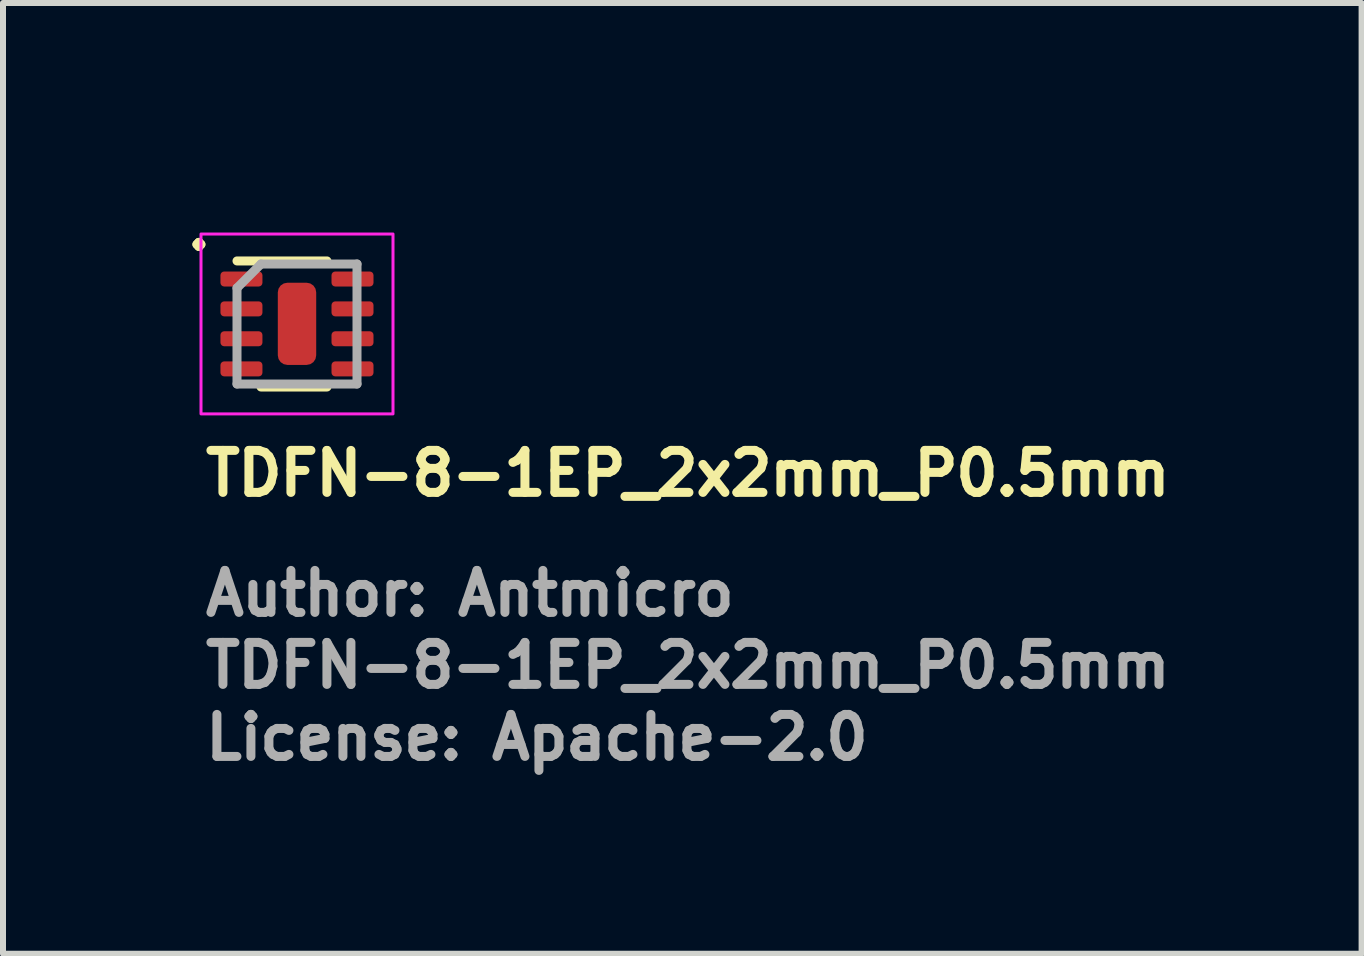
<source format=kicad_pcb>
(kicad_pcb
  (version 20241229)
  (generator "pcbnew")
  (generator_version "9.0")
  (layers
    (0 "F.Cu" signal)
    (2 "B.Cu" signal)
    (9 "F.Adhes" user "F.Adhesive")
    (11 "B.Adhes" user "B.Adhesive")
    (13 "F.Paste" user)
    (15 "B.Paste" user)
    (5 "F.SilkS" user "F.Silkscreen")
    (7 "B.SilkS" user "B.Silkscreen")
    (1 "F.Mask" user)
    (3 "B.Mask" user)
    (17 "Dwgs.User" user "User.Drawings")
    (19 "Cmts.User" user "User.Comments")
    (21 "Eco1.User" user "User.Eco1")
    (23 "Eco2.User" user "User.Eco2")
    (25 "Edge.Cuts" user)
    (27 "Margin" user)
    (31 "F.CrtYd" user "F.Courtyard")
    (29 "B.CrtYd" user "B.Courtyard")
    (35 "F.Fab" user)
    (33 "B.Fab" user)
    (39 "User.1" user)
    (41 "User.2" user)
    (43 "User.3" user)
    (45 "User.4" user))
  (footprint "TDFN-8-1EP_2x2mm_P0.5mm"
    (layer "F.Cu")
    (at 1.9 2.35)
    (property "Reference" "TDFN-8-1EP_2x2mm_P0.5mm" (at -1.6 2.9 0) (layer "F.SilkS") (effects (font (size 0.7 0.7) (thickness 0.15)) (justify left bottom)))
    (attr smd)
    (fp_line (start -0.6 1.05) (end 0.499 1.05) (stroke (width 0.15) (type solid)) (layer "F.SilkS"))
    (fp_line (start 0.499 -1.051) (end -1 -1.051) (stroke (width 0.15) (type solid)) (layer "F.SilkS"))
    (fp_rect (start -1.6 -1.5) (end 1.6 1.498) (stroke (width 0.05) (type solid)) (fill no) (layer "F.CrtYd"))
    (fp_line (start -1 -0.6) (end -0.6 -1) (stroke (width 0.15) (type solid)) (layer "F.Fab"))
    (fp_line (start -1 1) (end -1 -0.6) (stroke (width 0.15) (type solid)) (layer "F.Fab"))
    (fp_line (start -0.6 -1) (end 1 -1) (stroke (width 0.15) (type solid)) (layer "F.Fab"))
    (fp_line (start 1 -1) (end 1 1) (stroke (width 0.15) (type solid)) (layer "F.Fab"))
    (fp_line (start 1 1) (end -1 1) (stroke (width 0.15) (type solid)) (layer "F.Fab"))
    (fp_rect (start -1.025 -1) (end 1.024 0.998) (stroke (width 0.1) (type solid)) (fill no) (layer "User.5"))
    (fp_line (start -1.025 -0.875) (end -1 -0.875) (stroke (width 0.02) (type solid)) (layer "User.9"))
    (fp_line (start -1.025 -0.625) (end -1.025 -0.875) (stroke (width 0.02) (type solid)) (layer "User.9"))
    (fp_line (start -1.025 -0.375) (end -1 -0.375) (stroke (width 0.02) (type solid)) (layer "User.9"))
    (fp_line (start -1.025 -0.125) (end -1.025 -0.375) (stroke (width 0.02) (type solid)) (layer "User.9"))
    (fp_line (start -1.025 0.123) (end -1 0.123) (stroke (width 0.02) (type solid)) (layer "User.9"))
    (fp_line (start -1.025 0.373) (end -1.025 0.123) (stroke (width 0.02) (type solid)) (layer "User.9"))
    (fp_line (start -1.025 0.623) (end -1 0.623) (stroke (width 0.02) (type solid)) (layer "User.9"))
    (fp_line (start -1.025 0.873) (end -1.025 0.623) (stroke (width 0.02) (type solid)) (layer "User.9"))
    (fp_line (start -1 -1) (end -1 0.998) (stroke (width 0.02) (type solid)) (layer "User.9"))
    (fp_line (start -1 -0.625) (end -1.025 -0.625) (stroke (width 0.02) (type solid)) (layer "User.9"))
    (fp_line (start -1 -0.125) (end -1.025 -0.125) (stroke (width 0.02) (type solid)) (layer "User.9"))
    (fp_line (start -1 0.373) (end -1.025 0.373) (stroke (width 0.02) (type solid)) (layer "User.9"))
    (fp_line (start -1 0.873) (end -1.025 0.873) (stroke (width 0.02) (type solid)) (layer "User.9"))
    (fp_line (start -1 0.998) (end 0.998 0.998) (stroke (width 0.02) (type solid)) (layer "User.9"))
    (fp_line (start 0.575 0.736) (end 0.575 0.74) (stroke (width 0.02) (type solid)) (layer "User.9"))
    (fp_line (start 0.575 0.74) (end 0.575 0.744) (stroke (width 0.02) (type solid)) (layer "User.9"))
    (fp_line (start 0.575 0.74) (end 0.576 0.732) (stroke (width 0.02) (type solid)) (layer "User.9"))
    (fp_line (start 0.575 0.744) (end 0.575 0.748) (stroke (width 0.02) (type solid)) (layer "User.9"))
    (fp_line (start 0.575 0.748) (end 0.575 0.74) (stroke (width 0.02) (type solid)) (layer "User.9"))
    (fp_line (start 0.575 0.748) (end 0.575 0.757) (stroke (width 0.02) (type solid)) (layer "User.9"))
    (fp_line (start 0.575 0.753) (end 0.575 0.748) (stroke (width 0.02) (type solid)) (layer "User.9"))
    (fp_line (start 0.575 0.757) (end 0.575 0.753) (stroke (width 0.02) (type solid)) (layer "User.9"))
    (fp_line (start 0.575 0.757) (end 0.576 0.765) (stroke (width 0.02) (type solid)) (layer "User.9"))
    (fp_line (start 0.575 0.761) (end 0.575 0.757) (stroke (width 0.02) (type solid)) (layer "User.9"))
    (fp_line (start 0.576 0.724) (end 0.576 0.728) (stroke (width 0.02) (type solid)) (layer "User.9"))
    (fp_line (start 0.576 0.724) (end 0.578 0.716) (stroke (width 0.02) (type solid)) (layer "User.9"))
    (fp_line (start 0.576 0.728) (end 0.576 0.732) (stroke (width 0.02) (type solid)) (layer "User.9"))
    (fp_line (start 0.576 0.732) (end 0.575 0.736) (stroke (width 0.02) (type solid)) (layer "User.9"))
    (fp_line (start 0.576 0.732) (end 0.576 0.724) (stroke (width 0.02) (type solid)) (layer "User.9"))
    (fp_line (start 0.576 0.765) (end 0.575 0.761) (stroke (width 0.02) (type solid)) (layer "User.9"))
    (fp_line (start 0.576 0.765) (end 0.576 0.774) (stroke (width 0.02) (type solid)) (layer "User.9"))
    (fp_line (start 0.576 0.77) (end 0.576 0.765) (stroke (width 0.02) (type solid)) (layer "User.9"))
    (fp_line (start 0.576 0.774) (end 0.576 0.77) (stroke (width 0.02) (type solid)) (layer "User.9"))
    (fp_line (start 0.576 0.774) (end 0.578 0.782) (stroke (width 0.02) (type solid)) (layer "User.9"))
    (fp_line (start 0.577 0.72) (end 0.576 0.724) (stroke (width 0.02) (type solid)) (layer "User.9"))
    (fp_line (start 0.577 0.778) (end 0.576 0.774) (stroke (width 0.02) (type solid)) (layer "User.9"))
    (fp_line (start 0.578 0.716) (end 0.577 0.72) (stroke (width 0.02) (type solid)) (layer "User.9"))
    (fp_line (start 0.578 0.716) (end 0.58 0.708) (stroke (width 0.02) (type solid)) (layer "User.9"))
    (fp_line (start 0.578 0.782) (end 0.577 0.778) (stroke (width 0.02) (type solid)) (layer "User.9"))
    (fp_line (start 0.578 0.782) (end 0.58 0.79) (stroke (width 0.02) (type solid)) (layer "User.9"))
    (fp_line (start 0.579 0.712) (end 0.578 0.716) (stroke (width 0.02) (type solid)) (layer "User.9"))
    (fp_line (start 0.579 0.786) (end 0.578 0.782) (stroke (width 0.02) (type solid)) (layer "User.9"))
    (fp_line (start 0.58 0.708) (end 0.579 0.712) (stroke (width 0.02) (type solid)) (layer "User.9"))
    (fp_line (start 0.58 0.708) (end 0.583 0.702) (stroke (width 0.02) (type solid)) (layer "User.9"))
    (fp_line (start 0.58 0.79) (end 0.579 0.786) (stroke (width 0.02) (type solid)) (layer "User.9"))
    (fp_line (start 0.58 0.79) (end 0.583 0.797) (stroke (width 0.02) (type solid)) (layer "User.9"))
    (fp_line (start 0.582 0.704) (end 0.58 0.708) (stroke (width 0.02) (type solid)) (layer "User.9"))
    (fp_line (start 0.582 0.794) (end 0.58 0.79) (stroke (width 0.02) (type solid)) (layer "User.9"))
    (fp_line (start 0.583 0.702) (end 0.582 0.704) (stroke (width 0.02) (type solid)) (layer "User.9"))
    (fp_line (start 0.583 0.702) (end 0.586 0.694) (stroke (width 0.02) (type solid)) (layer "User.9"))
    (fp_line (start 0.583 0.797) (end 0.582 0.794) (stroke (width 0.02) (type solid)) (layer "User.9"))
    (fp_line (start 0.583 0.797) (end 0.586 0.805) (stroke (width 0.02) (type solid)) (layer "User.9"))
    (fp_line (start 0.585 0.698) (end 0.583 0.702) (stroke (width 0.02) (type solid)) (layer "User.9"))
    (fp_line (start 0.585 0.801) (end 0.583 0.797) (stroke (width 0.02) (type solid)) (layer "User.9"))
    (fp_line (start 0.586 0.694) (end 0.585 0.698) (stroke (width 0.02) (type solid)) (layer "User.9"))
    (fp_line (start 0.586 0.694) (end 0.59 0.687) (stroke (width 0.02) (type solid)) (layer "User.9"))
    (fp_line (start 0.586 0.805) (end 0.585 0.801) (stroke (width 0.02) (type solid)) (layer "User.9"))
    (fp_line (start 0.586 0.805) (end 0.59 0.812) (stroke (width 0.02) (type solid)) (layer "User.9"))
    (fp_line (start 0.588 0.691) (end 0.586 0.694) (stroke (width 0.02) (type solid)) (layer "User.9"))
    (fp_line (start 0.588 0.808) (end 0.586 0.805) (stroke (width 0.02) (type solid)) (layer "User.9"))
    (fp_line (start 0.59 0.687) (end 0.588 0.691) (stroke (width 0.02) (type solid)) (layer "User.9"))
    (fp_line (start 0.59 0.687) (end 0.595 0.68) (stroke (width 0.02) (type solid)) (layer "User.9"))
    (fp_line (start 0.59 0.812) (end 0.588 0.808) (stroke (width 0.02) (type solid)) (layer "User.9"))
    (fp_line (start 0.59 0.812) (end 0.595 0.819) (stroke (width 0.02) (type solid)) (layer "User.9"))
    (fp_line (start 0.592 0.684) (end 0.59 0.687) (stroke (width 0.02) (type solid)) (layer "User.9"))
    (fp_line (start 0.592 0.815) (end 0.59 0.812) (stroke (width 0.02) (type solid)) (layer "User.9"))
    (fp_line (start 0.595 0.68) (end 0.592 0.684) (stroke (width 0.02) (type solid)) (layer "User.9"))
    (fp_line (start 0.595 0.68) (end 0.599 0.674) (stroke (width 0.02) (type solid)) (layer "User.9"))
    (fp_line (start 0.595 0.819) (end 0.592 0.815) (stroke (width 0.02) (type solid)) (layer "User.9"))
    (fp_line (start 0.595 0.819) (end 0.599 0.825) (stroke (width 0.02) (type solid)) (layer "User.9"))
    (fp_line (start 0.597 0.677) (end 0.595 0.68) (stroke (width 0.02) (type solid)) (layer "User.9"))
    (fp_line (start 0.597 0.822) (end 0.595 0.819) (stroke (width 0.02) (type solid)) (layer "User.9"))
    (fp_line (start 0.599 0.674) (end 0.597 0.677) (stroke (width 0.02) (type solid)) (layer "User.9"))
    (fp_line (start 0.599 0.674) (end 0.604 0.667) (stroke (width 0.02) (type solid)) (layer "User.9"))
    (fp_line (start 0.599 0.825) (end 0.597 0.822) (stroke (width 0.02) (type solid)) (layer "User.9"))
    (fp_line (start 0.599 0.825) (end 0.604 0.832) (stroke (width 0.02) (type solid)) (layer "User.9"))
    (fp_line (start 0.602 0.67) (end 0.599 0.674) (stroke (width 0.02) (type solid)) (layer "User.9"))
    (fp_line (start 0.602 0.829) (end 0.599 0.825) (stroke (width 0.02) (type solid)) (layer "User.9"))
    (fp_line (start 0.604 0.667) (end 0.602 0.67) (stroke (width 0.02) (type solid)) (layer "User.9"))
    (fp_line (start 0.604 0.667) (end 0.61 0.661) (stroke (width 0.02) (type solid)) (layer "User.9"))
    (fp_line (start 0.604 0.832) (end 0.602 0.829) (stroke (width 0.02) (type solid)) (layer "User.9"))
    (fp_line (start 0.604 0.832) (end 0.61 0.837) (stroke (width 0.02) (type solid)) (layer "User.9"))
    (fp_line (start 0.607 0.664) (end 0.604 0.667) (stroke (width 0.02) (type solid)) (layer "User.9"))
    (fp_line (start 0.607 0.834) (end 0.604 0.832) (stroke (width 0.02) (type solid)) (layer "User.9"))
    (fp_line (start 0.61 0.661) (end 0.607 0.664) (stroke (width 0.02) (type solid)) (layer "User.9"))
    (fp_line (start 0.61 0.661) (end 0.616 0.656) (stroke (width 0.02) (type solid)) (layer "User.9"))
    (fp_line (start 0.61 0.837) (end 0.607 0.834) (stroke (width 0.02) (type solid)) (layer "User.9"))
    (fp_line (start 0.61 0.837) (end 0.616 0.842) (stroke (width 0.02) (type solid)) (layer "User.9"))
    (fp_line (start 0.613 0.658) (end 0.61 0.661) (stroke (width 0.02) (type solid)) (layer "User.9"))
    (fp_line (start 0.613 0.84) (end 0.61 0.837) (stroke (width 0.02) (type solid)) (layer "User.9"))
    (fp_line (start 0.616 0.656) (end 0.613 0.658) (stroke (width 0.02) (type solid)) (layer "User.9"))
    (fp_line (start 0.616 0.656) (end 0.622 0.65) (stroke (width 0.02) (type solid)) (layer "User.9"))
    (fp_line (start 0.616 0.842) (end 0.613 0.84) (stroke (width 0.02) (type solid)) (layer "User.9"))
    (fp_line (start 0.616 0.842) (end 0.622 0.848) (stroke (width 0.02) (type solid)) (layer "User.9"))
    (fp_line (start 0.619 0.653) (end 0.616 0.656) (stroke (width 0.02) (type solid)) (layer "User.9"))
    (fp_line (start 0.619 0.845) (end 0.616 0.842) (stroke (width 0.02) (type solid)) (layer "User.9"))
    (fp_line (start 0.622 0.65) (end 0.619 0.653) (stroke (width 0.02) (type solid)) (layer "User.9"))
    (fp_line (start 0.622 0.65) (end 0.629 0.646) (stroke (width 0.02) (type solid)) (layer "User.9"))
    (fp_line (start 0.622 0.848) (end 0.619 0.845) (stroke (width 0.02) (type solid)) (layer "User.9"))
    (fp_line (start 0.622 0.848) (end 0.629 0.852) (stroke (width 0.02) (type solid)) (layer "User.9"))
    (fp_line (start 0.626 0.648) (end 0.622 0.65) (stroke (width 0.02) (type solid)) (layer "User.9"))
    (fp_line (start 0.626 0.85) (end 0.622 0.848) (stroke (width 0.02) (type solid)) (layer "User.9"))
    (fp_line (start 0.629 0.646) (end 0.626 0.648) (stroke (width 0.02) (type solid)) (layer "User.9"))
    (fp_line (start 0.629 0.646) (end 0.636 0.641) (stroke (width 0.02) (type solid)) (layer "User.9"))
    (fp_line (start 0.629 0.852) (end 0.626 0.85) (stroke (width 0.02) (type solid)) (layer "User.9"))
    (fp_line (start 0.629 0.852) (end 0.636 0.857) (stroke (width 0.02) (type solid)) (layer "User.9"))
    (fp_line (start 0.632 0.643) (end 0.629 0.646) (stroke (width 0.02) (type solid)) (layer "User.9"))
    (fp_line (start 0.632 0.855) (end 0.629 0.852) (stroke (width 0.02) (type solid)) (layer "User.9"))
    (fp_line (start 0.636 0.641) (end 0.632 0.643) (stroke (width 0.02) (type solid)) (layer "User.9"))
    (fp_line (start 0.636 0.641) (end 0.636 0.641) (stroke (width 0.02) (type solid)) (layer "User.9"))
    (fp_line (start 0.636 0.641) (end 0.636 0.641) (stroke (width 0.02) (type solid)) (layer "User.9"))
    (fp_line (start 0.636 0.641) (end 0.644 0.636) (stroke (width 0.02) (type solid)) (layer "User.9"))
    (fp_line (start 0.636 0.857) (end 0.632 0.855) (stroke (width 0.02) (type solid)) (layer "User.9"))
    (fp_line (start 0.636 0.857) (end 0.636 0.857) (stroke (width 0.02) (type solid)) (layer "User.9"))
    (fp_line (start 0.636 0.857) (end 0.636 0.857) (stroke (width 0.02) (type solid)) (layer "User.9"))
    (fp_line (start 0.636 0.857) (end 0.644 0.861) (stroke (width 0.02) (type solid)) (layer "User.9"))
    (fp_line (start 0.644 0.636) (end 0.636 0.641) (stroke (width 0.02) (type solid)) (layer "User.9"))
    (fp_line (start 0.644 0.636) (end 0.652 0.633) (stroke (width 0.02) (type solid)) (layer "User.9"))
    (fp_line (start 0.644 0.861) (end 0.636 0.857) (stroke (width 0.02) (type solid)) (layer "User.9"))
    (fp_line (start 0.644 0.861) (end 0.652 0.864) (stroke (width 0.02) (type solid)) (layer "User.9"))
    (fp_line (start 0.652 0.633) (end 0.644 0.636) (stroke (width 0.02) (type solid)) (layer "User.9"))
    (fp_line (start 0.652 0.633) (end 0.66 0.63) (stroke (width 0.02) (type solid)) (layer "User.9"))
    (fp_line (start 0.652 0.864) (end 0.644 0.861) (stroke (width 0.02) (type solid)) (layer "User.9"))
    (fp_line (start 0.652 0.864) (end 0.66 0.867) (stroke (width 0.02) (type solid)) (layer "User.9"))
    (fp_line (start 0.66 0.63) (end 0.652 0.633) (stroke (width 0.02) (type solid)) (layer "User.9"))
    (fp_line (start 0.66 0.63) (end 0.667 0.628) (stroke (width 0.02) (type solid)) (layer "User.9"))
    (fp_line (start 0.66 0.867) (end 0.652 0.864) (stroke (width 0.02) (type solid)) (layer "User.9"))
    (fp_line (start 0.66 0.867) (end 0.667 0.869) (stroke (width 0.02) (type solid)) (layer "User.9"))
    (fp_line (start 0.667 0.628) (end 0.66 0.63) (stroke (width 0.02) (type solid)) (layer "User.9"))
    (fp_line (start 0.667 0.628) (end 0.675 0.626) (stroke (width 0.02) (type solid)) (layer "User.9"))
    (fp_line (start 0.667 0.869) (end 0.66 0.867) (stroke (width 0.02) (type solid)) (layer "User.9"))
    (fp_line (start 0.667 0.869) (end 0.675 0.871) (stroke (width 0.02) (type solid)) (layer "User.9"))
    (fp_line (start 0.675 0.626) (end 0.667 0.628) (stroke (width 0.02) (type solid)) (layer "User.9"))
    (fp_line (start 0.675 0.626) (end 0.683 0.625) (stroke (width 0.02) (type solid)) (layer "User.9"))
    (fp_line (start 0.675 0.871) (end 0.667 0.869) (stroke (width 0.02) (type solid)) (layer "User.9"))
    (fp_line (start 0.675 0.871) (end 0.683 0.872) (stroke (width 0.02) (type solid)) (layer "User.9"))
    (fp_line (start 0.683 0.625) (end 0.675 0.626) (stroke (width 0.02) (type solid)) (layer "User.9"))
    (fp_line (start 0.683 0.625) (end 0.691 0.624) (stroke (width 0.02) (type solid)) (layer "User.9"))
    (fp_line (start 0.683 0.872) (end 0.675 0.871) (stroke (width 0.02) (type solid)) (layer "User.9"))
    (fp_line (start 0.683 0.872) (end 0.691 0.873) (stroke (width 0.02) (type solid)) (layer "User.9"))
    (fp_line (start 0.691 0.624) (end 0.683 0.625) (stroke (width 0.02) (type solid)) (layer "User.9"))
    (fp_line (start 0.691 0.624) (end 0.7 0.623) (stroke (width 0.02) (type solid)) (layer "User.9"))
    (fp_line (start 0.691 0.873) (end 0.683 0.872) (stroke (width 0.02) (type solid)) (layer "User.9"))
    (fp_line (start 0.691 0.873) (end 0.7 0.873) (stroke (width 0.02) (type solid)) (layer "User.9"))
    (fp_line (start 0.7 0.623) (end 0.691 0.624) (stroke (width 0.02) (type solid)) (layer "User.9"))
    (fp_line (start 0.7 0.623) (end 0.707 0.624) (stroke (width 0.02) (type solid)) (layer "User.9"))
    (fp_line (start 0.7 0.873) (end 0.691 0.873) (stroke (width 0.02) (type solid)) (layer "User.9"))
    (fp_line (start 0.7 0.873) (end 0.707 0.873) (stroke (width 0.02) (type solid)) (layer "User.9"))
    (fp_line (start 0.707 0.624) (end 0.7 0.623) (stroke (width 0.02) (type solid)) (layer "User.9"))
    (fp_line (start 0.707 0.624) (end 0.715 0.625) (stroke (width 0.02) (type solid)) (layer "User.9"))
    (fp_line (start 0.707 0.873) (end 0.7 0.873) (stroke (width 0.02) (type solid)) (layer "User.9"))
    (fp_line (start 0.707 0.873) (end 0.715 0.872) (stroke (width 0.02) (type solid)) (layer "User.9"))
    (fp_line (start 0.715 0.625) (end 0.707 0.624) (stroke (width 0.02) (type solid)) (layer "User.9"))
    (fp_line (start 0.715 0.625) (end 0.723 0.626) (stroke (width 0.02) (type solid)) (layer "User.9"))
    (fp_line (start 0.715 0.872) (end 0.707 0.873) (stroke (width 0.02) (type solid)) (layer "User.9"))
    (fp_line (start 0.715 0.872) (end 0.723 0.871) (stroke (width 0.02) (type solid)) (layer "User.9"))
    (fp_line (start 0.723 0.626) (end 0.715 0.625) (stroke (width 0.02) (type solid)) (layer "User.9"))
    (fp_line (start 0.723 0.626) (end 0.731 0.628) (stroke (width 0.02) (type solid)) (layer "User.9"))
    (fp_line (start 0.723 0.871) (end 0.715 0.872) (stroke (width 0.02) (type solid)) (layer "User.9"))
    (fp_line (start 0.723 0.871) (end 0.731 0.869) (stroke (width 0.02) (type solid)) (layer "User.9"))
    (fp_line (start 0.731 0.628) (end 0.723 0.626) (stroke (width 0.02) (type solid)) (layer "User.9"))
    (fp_line (start 0.731 0.628) (end 0.738 0.63) (stroke (width 0.02) (type solid)) (layer "User.9"))
    (fp_line (start 0.731 0.869) (end 0.723 0.871) (stroke (width 0.02) (type solid)) (layer "User.9"))
    (fp_line (start 0.731 0.869) (end 0.738 0.867) (stroke (width 0.02) (type solid)) (layer "User.9"))
    (fp_line (start 0.738 0.63) (end 0.731 0.628) (stroke (width 0.02) (type solid)) (layer "User.9"))
    (fp_line (start 0.738 0.63) (end 0.746 0.633) (stroke (width 0.02) (type solid)) (layer "User.9"))
    (fp_line (start 0.738 0.867) (end 0.731 0.869) (stroke (width 0.02) (type solid)) (layer "User.9"))
    (fp_line (start 0.738 0.867) (end 0.746 0.864) (stroke (width 0.02) (type solid)) (layer "User.9"))
    (fp_line (start 0.746 0.633) (end 0.738 0.63) (stroke (width 0.02) (type solid)) (layer "User.9"))
    (fp_line (start 0.746 0.633) (end 0.754 0.636) (stroke (width 0.02) (type solid)) (layer "User.9"))
    (fp_line (start 0.746 0.864) (end 0.738 0.867) (stroke (width 0.02) (type solid)) (layer "User.9"))
    (fp_line (start 0.746 0.864) (end 0.754 0.861) (stroke (width 0.02) (type solid)) (layer "User.9"))
    (fp_line (start 0.754 0.636) (end 0.746 0.633) (stroke (width 0.02) (type solid)) (layer "User.9"))
    (fp_line (start 0.754 0.636) (end 0.761 0.641) (stroke (width 0.02) (type solid)) (layer "User.9"))
    (fp_line (start 0.754 0.861) (end 0.746 0.864) (stroke (width 0.02) (type solid)) (layer "User.9"))
    (fp_line (start 0.754 0.861) (end 0.761 0.857) (stroke (width 0.02) (type solid)) (layer "User.9"))
    (fp_line (start 0.761 0.641) (end 0.754 0.636) (stroke (width 0.02) (type solid)) (layer "User.9"))
    (fp_line (start 0.761 0.641) (end 0.761 0.641) (stroke (width 0.02) (type solid)) (layer "User.9"))
    (fp_line (start 0.761 0.641) (end 0.761 0.641) (stroke (width 0.02) (type solid)) (layer "User.9"))
    (fp_line (start 0.761 0.641) (end 0.765 0.643) (stroke (width 0.02) (type solid)) (layer "User.9"))
    (fp_line (start 0.761 0.857) (end 0.754 0.861) (stroke (width 0.02) (type solid)) (layer "User.9"))
    (fp_line (start 0.761 0.857) (end 0.761 0.857) (stroke (width 0.02) (type solid)) (layer "User.9"))
    (fp_line (start 0.761 0.857) (end 0.761 0.857) (stroke (width 0.02) (type solid)) (layer "User.9"))
    (fp_line (start 0.761 0.857) (end 0.765 0.855) (stroke (width 0.02) (type solid)) (layer "User.9"))
    (fp_line (start 0.765 0.643) (end 0.769 0.646) (stroke (width 0.02) (type solid)) (layer "User.9"))
    (fp_line (start 0.765 0.855) (end 0.769 0.852) (stroke (width 0.02) (type solid)) (layer "User.9"))
    (fp_line (start 0.769 0.646) (end 0.761 0.641) (stroke (width 0.02) (type solid)) (layer "User.9"))
    (fp_line (start 0.769 0.646) (end 0.772 0.648) (stroke (width 0.02) (type solid)) (layer "User.9"))
    (fp_line (start 0.769 0.852) (end 0.761 0.857) (stroke (width 0.02) (type solid)) (layer "User.9"))
    (fp_line (start 0.769 0.852) (end 0.772 0.85) (stroke (width 0.02) (type solid)) (layer "User.9"))
    (fp_line (start 0.772 0.648) (end 0.776 0.65) (stroke (width 0.02) (type solid)) (layer "User.9"))
    (fp_line (start 0.772 0.85) (end 0.776 0.848) (stroke (width 0.02) (type solid)) (layer "User.9"))
    (fp_line (start 0.776 0.65) (end 0.769 0.646) (stroke (width 0.02) (type solid)) (layer "User.9"))
    (fp_line (start 0.776 0.65) (end 0.779 0.653) (stroke (width 0.02) (type solid)) (layer "User.9"))
    (fp_line (start 0.776 0.848) (end 0.769 0.852) (stroke (width 0.02) (type solid)) (layer "User.9"))
    (fp_line (start 0.776 0.848) (end 0.779 0.845) (stroke (width 0.02) (type solid)) (layer "User.9"))
    (fp_line (start 0.779 0.653) (end 0.782 0.656) (stroke (width 0.02) (type solid)) (layer "User.9"))
    (fp_line (start 0.779 0.845) (end 0.782 0.842) (stroke (width 0.02) (type solid)) (layer "User.9"))
    (fp_line (start 0.782 0.656) (end 0.776 0.65) (stroke (width 0.02) (type solid)) (layer "User.9"))
    (fp_line (start 0.782 0.656) (end 0.785 0.658) (stroke (width 0.02) (type solid)) (layer "User.9"))
    (fp_line (start 0.782 0.842) (end 0.776 0.848) (stroke (width 0.02) (type solid)) (layer "User.9"))
    (fp_line (start 0.782 0.842) (end 0.785 0.84) (stroke (width 0.02) (type solid)) (layer "User.9"))
    (fp_line (start 0.785 0.658) (end 0.788 0.661) (stroke (width 0.02) (type solid)) (layer "User.9"))
    (fp_line (start 0.785 0.84) (end 0.788 0.837) (stroke (width 0.02) (type solid)) (layer "User.9"))
    (fp_line (start 0.788 0.661) (end 0.782 0.656) (stroke (width 0.02) (type solid)) (layer "User.9"))
    (fp_line (start 0.788 0.661) (end 0.791 0.664) (stroke (width 0.02) (type solid)) (layer "User.9"))
    (fp_line (start 0.788 0.837) (end 0.782 0.842) (stroke (width 0.02) (type solid)) (layer "User.9"))
    (fp_line (start 0.788 0.837) (end 0.791 0.834) (stroke (width 0.02) (type solid)) (layer "User.9"))
    (fp_line (start 0.791 0.664) (end 0.794 0.667) (stroke (width 0.02) (type solid)) (layer "User.9"))
    (fp_line (start 0.791 0.834) (end 0.794 0.832) (stroke (width 0.02) (type solid)) (layer "User.9"))
    (fp_line (start 0.794 0.667) (end 0.788 0.661) (stroke (width 0.02) (type solid)) (layer "User.9"))
    (fp_line (start 0.794 0.667) (end 0.796 0.67) (stroke (width 0.02) (type solid)) (layer "User.9"))
    (fp_line (start 0.794 0.832) (end 0.788 0.837) (stroke (width 0.02) (type solid)) (layer "User.9"))
    (fp_line (start 0.794 0.832) (end 0.796 0.829) (stroke (width 0.02) (type solid)) (layer "User.9"))
    (fp_line (start 0.796 0.67) (end 0.799 0.674) (stroke (width 0.02) (type solid)) (layer "User.9"))
    (fp_line (start 0.796 0.829) (end 0.799 0.825) (stroke (width 0.02) (type solid)) (layer "User.9"))
    (fp_line (start 0.799 0.674) (end 0.794 0.667) (stroke (width 0.02) (type solid)) (layer "User.9"))
    (fp_line (start 0.799 0.674) (end 0.801 0.677) (stroke (width 0.02) (type solid)) (layer "User.9"))
    (fp_line (start 0.799 0.825) (end 0.794 0.832) (stroke (width 0.02) (type solid)) (layer "User.9"))
    (fp_line (start 0.799 0.825) (end 0.801 0.822) (stroke (width 0.02) (type solid)) (layer "User.9"))
    (fp_line (start 0.801 0.677) (end 0.803 0.68) (stroke (width 0.02) (type solid)) (layer "User.9"))
    (fp_line (start 0.801 0.822) (end 0.803 0.819) (stroke (width 0.02) (type solid)) (layer "User.9"))
    (fp_line (start 0.803 0.68) (end 0.799 0.674) (stroke (width 0.02) (type solid)) (layer "User.9"))
    (fp_line (start 0.803 0.68) (end 0.806 0.684) (stroke (width 0.02) (type solid)) (layer "User.9"))
    (fp_line (start 0.803 0.819) (end 0.799 0.825) (stroke (width 0.02) (type solid)) (layer "User.9"))
    (fp_line (start 0.803 0.819) (end 0.806 0.815) (stroke (width 0.02) (type solid)) (layer "User.9"))
    (fp_line (start 0.806 0.684) (end 0.808 0.687) (stroke (width 0.02) (type solid)) (layer "User.9"))
    (fp_line (start 0.806 0.815) (end 0.808 0.812) (stroke (width 0.02) (type solid)) (layer "User.9"))
    (fp_line (start 0.808 0.687) (end 0.803 0.68) (stroke (width 0.02) (type solid)) (layer "User.9"))
    (fp_line (start 0.808 0.687) (end 0.81 0.691) (stroke (width 0.02) (type solid)) (layer "User.9"))
    (fp_line (start 0.808 0.812) (end 0.803 0.819) (stroke (width 0.02) (type solid)) (layer "User.9"))
    (fp_line (start 0.808 0.812) (end 0.81 0.808) (stroke (width 0.02) (type solid)) (layer "User.9"))
    (fp_line (start 0.81 0.691) (end 0.812 0.694) (stroke (width 0.02) (type solid)) (layer "User.9"))
    (fp_line (start 0.81 0.808) (end 0.812 0.805) (stroke (width 0.02) (type solid)) (layer "User.9"))
    (fp_line (start 0.812 0.694) (end 0.808 0.687) (stroke (width 0.02) (type solid)) (layer "User.9"))
    (fp_line (start 0.812 0.694) (end 0.813 0.698) (stroke (width 0.02) (type solid)) (layer "User.9"))
    (fp_line (start 0.812 0.805) (end 0.808 0.812) (stroke (width 0.02) (type solid)) (layer "User.9"))
    (fp_line (start 0.812 0.805) (end 0.813 0.801) (stroke (width 0.02) (type solid)) (layer "User.9"))
    (fp_line (start 0.813 0.698) (end 0.815 0.702) (stroke (width 0.02) (type solid)) (layer "User.9"))
    (fp_line (start 0.813 0.801) (end 0.815 0.797) (stroke (width 0.02) (type solid)) (layer "User.9"))
    (fp_line (start 0.815 0.702) (end 0.812 0.694) (stroke (width 0.02) (type solid)) (layer "User.9"))
    (fp_line (start 0.815 0.702) (end 0.816 0.704) (stroke (width 0.02) (type solid)) (layer "User.9"))
    (fp_line (start 0.815 0.797) (end 0.812 0.805) (stroke (width 0.02) (type solid)) (layer "User.9"))
    (fp_line (start 0.815 0.797) (end 0.816 0.794) (stroke (width 0.02) (type solid)) (layer "User.9"))
    (fp_line (start 0.816 0.704) (end 0.818 0.708) (stroke (width 0.02) (type solid)) (layer "User.9"))
    (fp_line (start 0.816 0.794) (end 0.818 0.79) (stroke (width 0.02) (type solid)) (layer "User.9"))
    (fp_line (start 0.818 0.708) (end 0.815 0.702) (stroke (width 0.02) (type solid)) (layer "User.9"))
    (fp_line (start 0.818 0.708) (end 0.819 0.712) (stroke (width 0.02) (type solid)) (layer "User.9"))
    (fp_line (start 0.818 0.79) (end 0.815 0.797) (stroke (width 0.02) (type solid)) (layer "User.9"))
    (fp_line (start 0.818 0.79) (end 0.819 0.786) (stroke (width 0.02) (type solid)) (layer "User.9"))
    (fp_line (start 0.819 0.712) (end 0.82 0.716) (stroke (width 0.02) (type solid)) (layer "User.9"))
    (fp_line (start 0.819 0.786) (end 0.82 0.782) (stroke (width 0.02) (type solid)) (layer "User.9"))
    (fp_line (start 0.82 0.716) (end 0.818 0.708) (stroke (width 0.02) (type solid)) (layer "User.9"))
    (fp_line (start 0.82 0.716) (end 0.821 0.72) (stroke (width 0.02) (type solid)) (layer "User.9"))
    (fp_line (start 0.82 0.782) (end 0.818 0.79) (stroke (width 0.02) (type solid)) (layer "User.9"))
    (fp_line (start 0.82 0.782) (end 0.821 0.778) (stroke (width 0.02) (type solid)) (layer "User.9"))
    (fp_line (start 0.821 0.72) (end 0.822 0.724) (stroke (width 0.02) (type solid)) (layer "User.9"))
    (fp_line (start 0.821 0.778) (end 0.822 0.774) (stroke (width 0.02) (type solid)) (layer "User.9"))
    (fp_line (start 0.822 0.724) (end 0.82 0.716) (stroke (width 0.02) (type solid)) (layer "User.9"))
    (fp_line (start 0.822 0.724) (end 0.823 0.728) (stroke (width 0.02) (type solid)) (layer "User.9"))
    (fp_line (start 0.822 0.774) (end 0.82 0.782) (stroke (width 0.02) (type solid)) (layer "User.9"))
    (fp_line (start 0.822 0.774) (end 0.823 0.77) (stroke (width 0.02) (type solid)) (layer "User.9"))
    (fp_line (start 0.823 0.728) (end 0.823 0.732) (stroke (width 0.02) (type solid)) (layer "User.9"))
    (fp_line (start 0.823 0.732) (end 0.822 0.724) (stroke (width 0.02) (type solid)) (layer "User.9"))
    (fp_line (start 0.823 0.732) (end 0.824 0.736) (stroke (width 0.02) (type solid)) (layer "User.9"))
    (fp_line (start 0.823 0.765) (end 0.822 0.774) (stroke (width 0.02) (type solid)) (layer "User.9"))
    (fp_line (start 0.823 0.765) (end 0.824 0.761) (stroke (width 0.02) (type solid)) (layer "User.9"))
    (fp_line (start 0.823 0.77) (end 0.823 0.765) (stroke (width 0.02) (type solid)) (layer "User.9"))
    (fp_line (start 0.824 0.736) (end 0.824 0.74) (stroke (width 0.02) (type solid)) (layer "User.9"))
    (fp_line (start 0.824 0.74) (end 0.823 0.732) (stroke (width 0.02) (type solid)) (layer "User.9"))
    (fp_line (start 0.824 0.74) (end 0.824 0.744) (stroke (width 0.02) (type solid)) (layer "User.9"))
    (fp_line (start 0.824 0.744) (end 0.825 0.748) (stroke (width 0.02) (type solid)) (layer "User.9"))
    (fp_line (start 0.824 0.753) (end 0.825 0.748) (stroke (width 0.02) (type solid)) (layer "User.9"))
    (fp_line (start 0.824 0.757) (end 0.823 0.765) (stroke (width 0.02) (type solid)) (layer "User.9"))
    (fp_line (start 0.824 0.757) (end 0.824 0.753) (stroke (width 0.02) (type solid)) (layer "User.9"))
    (fp_line (start 0.824 0.761) (end 0.824 0.757) (stroke (width 0.02) (type solid)) (layer "User.9"))
    (fp_line (start 0.825 0.748) (end 0.824 0.74) (stroke (width 0.02) (type solid)) (layer "User.9"))
    (fp_line (start 0.825 0.748) (end 0.824 0.757) (stroke (width 0.02) (type solid)) (layer "User.9"))
    (fp_line (start 0.998 -1) (end -1 -1) (stroke (width 0.02) (type solid)) (layer "User.9"))
    (fp_line (start 0.998 -0.625) (end 1.024 -0.625) (stroke (width 0.02) (type solid)) (layer "User.9"))
    (fp_line (start 0.998 -0.125) (end 1.024 -0.125) (stroke (width 0.02) (type solid)) (layer "User.9"))
    (fp_line (start 0.998 0.373) (end 1.024 0.373) (stroke (width 0.02) (type solid)) (layer "User.9"))
    (fp_line (start 0.998 0.873) (end 1.024 0.873) (stroke (width 0.02) (type solid)) (layer "User.9"))
    (fp_line (start 0.998 0.998) (end 0.998 -1) (stroke (width 0.02) (type solid)) (layer "User.9"))
    (fp_line (start 1.024 -0.875) (end 0.998 -0.875) (stroke (width 0.02) (type solid)) (layer "User.9"))
    (fp_line (start 1.024 -0.625) (end 1.024 -0.875) (stroke (width 0.02) (type solid)) (layer "User.9"))
    (fp_line (start 1.024 -0.375) (end 0.998 -0.375) (stroke (width 0.02) (type solid)) (layer "User.9"))
    (fp_line (start 1.024 -0.125) (end 1.024 -0.375) (stroke (width 0.02) (type solid)) (layer "User.9"))
    (fp_line (start 1.024 0.123) (end 0.998 0.123) (stroke (width 0.02) (type solid)) (layer "User.9"))
    (fp_line (start 1.024 0.373) (end 1.024 0.123) (stroke (width 0.02) (type solid)) (layer "User.9"))
    (fp_line (start 1.024 0.623) (end 0.998 0.623) (stroke (width 0.02) (type solid)) (layer "User.9"))
    (fp_line (start 1.024 0.873) (end 1.024 0.623) (stroke (width 0.02) (type solid)) (layer "User.9"))
    (fp_text user "." (at -1.9 -1.2 0) (unlocked yes) (layer "F.SilkS") (effects (font (size 0.7 0.7) (thickness 0.15)) (justify left bottom)))
    (fp_text user "License: Apache-2.0" (at -1.6 7.3 0) (layer "F.Fab") (effects (font (size 0.7 0.7) (thickness 0.15)) (justify left bottom)))
    (fp_text user "Author: Antmicro" (at -1.6 4.9 0) (layer "F.Fab") (effects (font (size 0.7 0.7) (thickness 0.15)) (justify left bottom)))
    (fp_text user "${REFERENCE}" (at -1.6 6.1 0) (layer "F.Fab") (effects (font (size 0.7 0.7) (thickness 0.15)) (justify left bottom)))
    (pad "1" smd roundrect (at -0.926 -0.75) (size 0.7 0.25) (layers "F.Cu" "F.Mask" "F.Paste") (roundrect_rratio 0.25))
    (pad "2" smd roundrect (at -0.926 -0.252) (size 0.7 0.25) (layers "F.Cu" "F.Mask" "F.Paste") (roundrect_rratio 0.25))
    (pad "3" smd roundrect (at -0.926 0.246) (size 0.7 0.25) (layers "F.Cu" "F.Mask" "F.Paste") (roundrect_rratio 0.25))
    (pad "4" smd roundrect (at -0.926 0.748) (size 0.7 0.25) (layers "F.Cu" "F.Mask" "F.Paste") (roundrect_rratio 0.25))
    (pad "5" smd roundrect (at 0.925 0.748) (size 0.7 0.25) (layers "F.Cu" "F.Mask" "F.Paste") (roundrect_rratio 0.25))
    (pad "6" smd roundrect (at 0.925 0.246) (size 0.7 0.25) (layers "F.Cu" "F.Mask" "F.Paste") (roundrect_rratio 0.25))
    (pad "7" smd roundrect (at 0.925 -0.252) (size 0.7 0.25) (layers "F.Cu" "F.Mask" "F.Paste") (roundrect_rratio 0.25))
    (pad "8" smd roundrect (at 0.925 -0.75) (size 0.7 0.25) (layers "F.Cu" "F.Mask" "F.Paste") (roundrect_rratio 0.25))
    (pad "9" smd roundrect (at 0 -0.003) (size 0.64 1.37) (layers "F.Cu" "F.Mask" "F.Paste") (roundrect_rratio 0.25)))
  (gr_rect
    (start -3 -3)
    (end 19.643 12.845)
    (stroke (width 0.1) (type default))
    (fill no)
    (layer "Edge.Cuts")))
</source>
